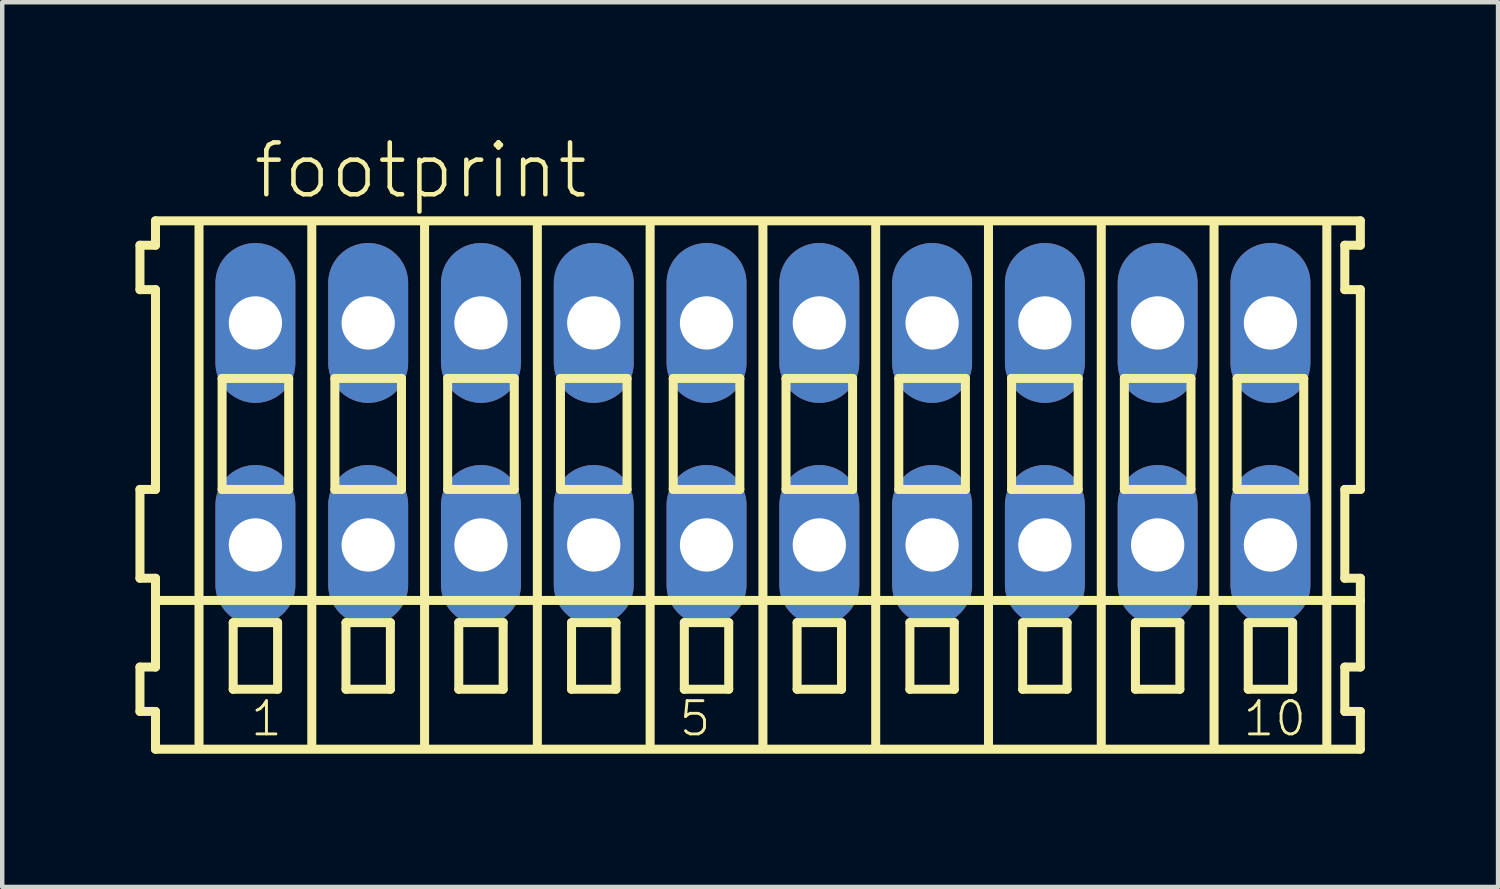
<source format=kicad_pcb>
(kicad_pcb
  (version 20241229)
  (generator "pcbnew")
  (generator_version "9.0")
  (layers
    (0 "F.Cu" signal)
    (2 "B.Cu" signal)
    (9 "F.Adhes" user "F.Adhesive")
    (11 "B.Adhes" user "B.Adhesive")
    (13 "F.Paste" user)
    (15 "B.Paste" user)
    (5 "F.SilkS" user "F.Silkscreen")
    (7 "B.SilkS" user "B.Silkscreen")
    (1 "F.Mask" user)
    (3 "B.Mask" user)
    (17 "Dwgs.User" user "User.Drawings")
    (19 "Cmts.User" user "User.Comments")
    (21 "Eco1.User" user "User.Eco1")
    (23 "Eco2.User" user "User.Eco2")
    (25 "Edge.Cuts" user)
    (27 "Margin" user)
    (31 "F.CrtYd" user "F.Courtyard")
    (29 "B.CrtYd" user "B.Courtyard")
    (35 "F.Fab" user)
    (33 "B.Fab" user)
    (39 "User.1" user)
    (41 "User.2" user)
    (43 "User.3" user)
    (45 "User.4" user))
  (footprint "footprint"
    (layer "F.Cu")
    (at 14.132 6.723)
    (property "Reference" "footprint" (at -11.53 -5.25 0) (layer "F.SilkS") (effects (font (size 1.168 1.168) (thickness 0.102)) (justify left bottom)))
    (fp_line (start -14.03 -4.25) (end -14.03 -3.25) (stroke (width 0.203) (type solid)) (layer "F.SilkS"))
    (fp_line (start -14.03 -3.25) (end -13.68 -3.25) (stroke (width 0.203) (type solid)) (layer "F.SilkS"))
    (fp_line (start -14.03 1.25) (end -14.03 3.25) (stroke (width 0.203) (type solid)) (layer "F.SilkS"))
    (fp_line (start -14.03 3.25) (end -13.68 3.25) (stroke (width 0.203) (type solid)) (layer "F.SilkS"))
    (fp_line (start -14.03 5.25) (end -14.03 6.25) (stroke (width 0.203) (type solid)) (layer "F.SilkS"))
    (fp_line (start -14.03 6.25) (end -13.68 6.25) (stroke (width 0.203) (type solid)) (layer "F.SilkS"))
    (fp_line (start -13.68 -4.8) (end -13.68 -4.25) (stroke (width 0.203) (type solid)) (layer "F.SilkS"))
    (fp_line (start -13.68 -4.25) (end -14.03 -4.25) (stroke (width 0.203) (type solid)) (layer "F.SilkS"))
    (fp_line (start -13.68 -3.25) (end -13.68 1.25) (stroke (width 0.203) (type solid)) (layer "F.SilkS"))
    (fp_line (start -13.68 1.25) (end -14.03 1.25) (stroke (width 0.203) (type solid)) (layer "F.SilkS"))
    (fp_line (start -13.68 3.25) (end -13.68 5.25) (stroke (width 0.203) (type solid)) (layer "F.SilkS"))
    (fp_line (start -13.68 3.75) (end 13.455 3.75) (stroke (width 0.203) (type solid)) (layer "F.SilkS"))
    (fp_line (start -13.68 5.25) (end -14.03 5.25) (stroke (width 0.203) (type solid)) (layer "F.SilkS"))
    (fp_line (start -13.68 6.25) (end -13.68 7.1) (stroke (width 0.203) (type solid)) (layer "F.SilkS"))
    (fp_line (start -13.68 7.1) (end 13.455 7.1) (stroke (width 0.203) (type solid)) (layer "F.SilkS"))
    (fp_line (start -12.7 6.985) (end -12.7 -4.699) (stroke (width 0.203) (type solid)) (layer "F.SilkS"))
    (fp_line (start -12.18 -1.25) (end -12.18 1.25) (stroke (width 0.203) (type solid)) (layer "F.SilkS"))
    (fp_line (start -12.18 1.25) (end -10.68 1.25) (stroke (width 0.203) (type solid)) (layer "F.SilkS"))
    (fp_line (start -11.93 4.25) (end -11.93 5.75) (stroke (width 0.203) (type solid)) (layer "F.SilkS"))
    (fp_line (start -11.93 5.75) (end -10.93 5.75) (stroke (width 0.203) (type solid)) (layer "F.SilkS"))
    (fp_line (start -10.93 4.25) (end -11.93 4.25) (stroke (width 0.203) (type solid)) (layer "F.SilkS"))
    (fp_line (start -10.93 5.75) (end -10.93 4.25) (stroke (width 0.203) (type solid)) (layer "F.SilkS"))
    (fp_line (start -10.68 -1.25) (end -12.18 -1.25) (stroke (width 0.203) (type solid)) (layer "F.SilkS"))
    (fp_line (start -10.68 1.25) (end -10.68 -1.25) (stroke (width 0.203) (type solid)) (layer "F.SilkS"))
    (fp_line (start -10.16 6.985) (end -10.16 -4.699) (stroke (width 0.203) (type solid)) (layer "F.SilkS"))
    (fp_line (start -9.64 -1.25) (end -9.64 1.25) (stroke (width 0.203) (type solid)) (layer "F.SilkS"))
    (fp_line (start -9.64 1.25) (end -8.14 1.25) (stroke (width 0.203) (type solid)) (layer "F.SilkS"))
    (fp_line (start -9.39 4.25) (end -9.39 5.75) (stroke (width 0.203) (type solid)) (layer "F.SilkS"))
    (fp_line (start -9.39 5.75) (end -8.39 5.75) (stroke (width 0.203) (type solid)) (layer "F.SilkS"))
    (fp_line (start -8.39 4.25) (end -9.39 4.25) (stroke (width 0.203) (type solid)) (layer "F.SilkS"))
    (fp_line (start -8.39 5.75) (end -8.39 4.25) (stroke (width 0.203) (type solid)) (layer "F.SilkS"))
    (fp_line (start -8.14 -1.25) (end -9.64 -1.25) (stroke (width 0.203) (type solid)) (layer "F.SilkS"))
    (fp_line (start -8.14 1.25) (end -8.14 -1.25) (stroke (width 0.203) (type solid)) (layer "F.SilkS"))
    (fp_line (start -7.62 6.985) (end -7.62 -4.699) (stroke (width 0.203) (type solid)) (layer "F.SilkS"))
    (fp_line (start -7.1 -1.25) (end -7.1 1.25) (stroke (width 0.203) (type solid)) (layer "F.SilkS"))
    (fp_line (start -7.1 1.25) (end -5.6 1.25) (stroke (width 0.203) (type solid)) (layer "F.SilkS"))
    (fp_line (start -6.85 4.25) (end -6.85 5.75) (stroke (width 0.203) (type solid)) (layer "F.SilkS"))
    (fp_line (start -6.85 5.75) (end -5.85 5.75) (stroke (width 0.203) (type solid)) (layer "F.SilkS"))
    (fp_line (start -5.85 4.25) (end -6.85 4.25) (stroke (width 0.203) (type solid)) (layer "F.SilkS"))
    (fp_line (start -5.85 5.75) (end -5.85 4.25) (stroke (width 0.203) (type solid)) (layer "F.SilkS"))
    (fp_line (start -5.6 -1.25) (end -7.1 -1.25) (stroke (width 0.203) (type solid)) (layer "F.SilkS"))
    (fp_line (start -5.6 1.25) (end -5.6 -1.25) (stroke (width 0.203) (type solid)) (layer "F.SilkS"))
    (fp_line (start -5.08 6.985) (end -5.08 -4.699) (stroke (width 0.203) (type solid)) (layer "F.SilkS"))
    (fp_line (start -4.56 -1.25) (end -4.56 1.25) (stroke (width 0.203) (type solid)) (layer "F.SilkS"))
    (fp_line (start -4.56 1.25) (end -3.06 1.25) (stroke (width 0.203) (type solid)) (layer "F.SilkS"))
    (fp_line (start -4.31 4.25) (end -4.31 5.75) (stroke (width 0.203) (type solid)) (layer "F.SilkS"))
    (fp_line (start -4.31 5.75) (end -3.31 5.75) (stroke (width 0.203) (type solid)) (layer "F.SilkS"))
    (fp_line (start -3.31 4.25) (end -4.31 4.25) (stroke (width 0.203) (type solid)) (layer "F.SilkS"))
    (fp_line (start -3.31 5.75) (end -3.31 4.25) (stroke (width 0.203) (type solid)) (layer "F.SilkS"))
    (fp_line (start -3.06 -1.25) (end -4.56 -1.25) (stroke (width 0.203) (type solid)) (layer "F.SilkS"))
    (fp_line (start -3.06 1.25) (end -3.06 -1.25) (stroke (width 0.203) (type solid)) (layer "F.SilkS"))
    (fp_line (start -2.54 6.985) (end -2.54 -4.699) (stroke (width 0.203) (type solid)) (layer "F.SilkS"))
    (fp_line (start -2.02 -1.25) (end -2.02 1.25) (stroke (width 0.203) (type solid)) (layer "F.SilkS"))
    (fp_line (start -2.02 1.25) (end -0.52 1.25) (stroke (width 0.203) (type solid)) (layer "F.SilkS"))
    (fp_line (start -1.77 4.25) (end -1.77 5.75) (stroke (width 0.203) (type solid)) (layer "F.SilkS"))
    (fp_line (start -1.77 5.75) (end -0.77 5.75) (stroke (width 0.203) (type solid)) (layer "F.SilkS"))
    (fp_line (start -0.77 4.25) (end -1.77 4.25) (stroke (width 0.203) (type solid)) (layer "F.SilkS"))
    (fp_line (start -0.77 5.75) (end -0.77 4.25) (stroke (width 0.203) (type solid)) (layer "F.SilkS"))
    (fp_line (start -0.52 -1.25) (end -2.02 -1.25) (stroke (width 0.203) (type solid)) (layer "F.SilkS"))
    (fp_line (start -0.52 1.25) (end -0.52 -1.25) (stroke (width 0.203) (type solid)) (layer "F.SilkS"))
    (fp_line (start 0 6.985) (end 0 -4.699) (stroke (width 0.203) (type solid)) (layer "F.SilkS"))
    (fp_line (start 0.52 -1.25) (end 0.52 1.25) (stroke (width 0.203) (type solid)) (layer "F.SilkS"))
    (fp_line (start 0.52 1.25) (end 2.02 1.25) (stroke (width 0.203) (type solid)) (layer "F.SilkS"))
    (fp_line (start 0.77 4.25) (end 0.77 5.75) (stroke (width 0.203) (type solid)) (layer "F.SilkS"))
    (fp_line (start 0.77 5.75) (end 1.77 5.75) (stroke (width 0.203) (type solid)) (layer "F.SilkS"))
    (fp_line (start 1.77 4.25) (end 0.77 4.25) (stroke (width 0.203) (type solid)) (layer "F.SilkS"))
    (fp_line (start 1.77 5.75) (end 1.77 4.25) (stroke (width 0.203) (type solid)) (layer "F.SilkS"))
    (fp_line (start 2.02 -1.25) (end 0.52 -1.25) (stroke (width 0.203) (type solid)) (layer "F.SilkS"))
    (fp_line (start 2.02 1.25) (end 2.02 -1.25) (stroke (width 0.203) (type solid)) (layer "F.SilkS"))
    (fp_line (start 2.54 6.985) (end 2.54 -4.699) (stroke (width 0.203) (type solid)) (layer "F.SilkS"))
    (fp_line (start 3.06 -1.25) (end 3.06 1.25) (stroke (width 0.203) (type solid)) (layer "F.SilkS"))
    (fp_line (start 3.06 1.25) (end 4.56 1.25) (stroke (width 0.203) (type solid)) (layer "F.SilkS"))
    (fp_line (start 3.31 4.25) (end 3.31 5.75) (stroke (width 0.203) (type solid)) (layer "F.SilkS"))
    (fp_line (start 3.31 5.75) (end 4.31 5.75) (stroke (width 0.203) (type solid)) (layer "F.SilkS"))
    (fp_line (start 4.31 4.25) (end 3.31 4.25) (stroke (width 0.203) (type solid)) (layer "F.SilkS"))
    (fp_line (start 4.31 5.75) (end 4.31 4.25) (stroke (width 0.203) (type solid)) (layer "F.SilkS"))
    (fp_line (start 4.56 -1.25) (end 3.06 -1.25) (stroke (width 0.203) (type solid)) (layer "F.SilkS"))
    (fp_line (start 4.56 1.25) (end 4.56 -1.25) (stroke (width 0.203) (type solid)) (layer "F.SilkS"))
    (fp_line (start 5.08 6.985) (end 5.08 -4.699) (stroke (width 0.203) (type solid)) (layer "F.SilkS"))
    (fp_line (start 5.6 -1.25) (end 5.6 1.25) (stroke (width 0.203) (type solid)) (layer "F.SilkS"))
    (fp_line (start 5.6 1.25) (end 7.1 1.25) (stroke (width 0.203) (type solid)) (layer "F.SilkS"))
    (fp_line (start 5.85 4.25) (end 5.85 5.75) (stroke (width 0.203) (type solid)) (layer "F.SilkS"))
    (fp_line (start 5.85 5.75) (end 6.85 5.75) (stroke (width 0.203) (type solid)) (layer "F.SilkS"))
    (fp_line (start 6.85 4.25) (end 5.85 4.25) (stroke (width 0.203) (type solid)) (layer "F.SilkS"))
    (fp_line (start 6.85 5.75) (end 6.85 4.25) (stroke (width 0.203) (type solid)) (layer "F.SilkS"))
    (fp_line (start 7.1 -1.25) (end 5.6 -1.25) (stroke (width 0.203) (type solid)) (layer "F.SilkS"))
    (fp_line (start 7.1 1.25) (end 7.1 -1.25) (stroke (width 0.203) (type solid)) (layer "F.SilkS"))
    (fp_line (start 7.62 6.985) (end 7.62 -4.699) (stroke (width 0.203) (type solid)) (layer "F.SilkS"))
    (fp_line (start 8.14 -1.25) (end 8.14 1.25) (stroke (width 0.203) (type solid)) (layer "F.SilkS"))
    (fp_line (start 8.14 1.25) (end 9.64 1.25) (stroke (width 0.203) (type solid)) (layer "F.SilkS"))
    (fp_line (start 8.39 4.25) (end 8.39 5.75) (stroke (width 0.203) (type solid)) (layer "F.SilkS"))
    (fp_line (start 8.39 5.75) (end 9.39 5.75) (stroke (width 0.203) (type solid)) (layer "F.SilkS"))
    (fp_line (start 9.39 4.25) (end 8.39 4.25) (stroke (width 0.203) (type solid)) (layer "F.SilkS"))
    (fp_line (start 9.39 5.75) (end 9.39 4.25) (stroke (width 0.203) (type solid)) (layer "F.SilkS"))
    (fp_line (start 9.64 -1.25) (end 8.14 -1.25) (stroke (width 0.203) (type solid)) (layer "F.SilkS"))
    (fp_line (start 9.64 1.25) (end 9.64 -1.25) (stroke (width 0.203) (type solid)) (layer "F.SilkS"))
    (fp_line (start 10.16 6.985) (end 10.16 -4.699) (stroke (width 0.203) (type solid)) (layer "F.SilkS"))
    (fp_line (start 10.68 -1.25) (end 10.68 1.25) (stroke (width 0.203) (type solid)) (layer "F.SilkS"))
    (fp_line (start 10.68 1.25) (end 12.18 1.25) (stroke (width 0.203) (type solid)) (layer "F.SilkS"))
    (fp_line (start 10.93 4.25) (end 10.93 5.75) (stroke (width 0.203) (type solid)) (layer "F.SilkS"))
    (fp_line (start 10.93 5.75) (end 11.93 5.75) (stroke (width 0.203) (type solid)) (layer "F.SilkS"))
    (fp_line (start 11.93 4.25) (end 10.93 4.25) (stroke (width 0.203) (type solid)) (layer "F.SilkS"))
    (fp_line (start 11.93 5.75) (end 11.93 4.25) (stroke (width 0.203) (type solid)) (layer "F.SilkS"))
    (fp_line (start 12.18 -1.25) (end 10.68 -1.25) (stroke (width 0.203) (type solid)) (layer "F.SilkS"))
    (fp_line (start 12.18 1.25) (end 12.18 -1.25) (stroke (width 0.203) (type solid)) (layer "F.SilkS"))
    (fp_line (start 12.7 6.985) (end 12.7 -4.699) (stroke (width 0.203) (type solid)) (layer "F.SilkS"))
    (fp_line (start 13.105 -4.25) (end 13.105 -3.25) (stroke (width 0.203) (type solid)) (layer "F.SilkS"))
    (fp_line (start 13.105 -3.25) (end 13.455 -3.25) (stroke (width 0.203) (type solid)) (layer "F.SilkS"))
    (fp_line (start 13.105 1.25) (end 13.105 3.25) (stroke (width 0.203) (type solid)) (layer "F.SilkS"))
    (fp_line (start 13.105 3.25) (end 13.455 3.25) (stroke (width 0.203) (type solid)) (layer "F.SilkS"))
    (fp_line (start 13.105 5.25) (end 13.105 6.25) (stroke (width 0.203) (type solid)) (layer "F.SilkS"))
    (fp_line (start 13.105 6.25) (end 13.455 6.25) (stroke (width 0.203) (type solid)) (layer "F.SilkS"))
    (fp_line (start 13.455 -4.8) (end -13.68 -4.8) (stroke (width 0.203) (type solid)) (layer "F.SilkS"))
    (fp_line (start 13.455 -4.25) (end 13.105 -4.25) (stroke (width 0.203) (type solid)) (layer "F.SilkS"))
    (fp_line (start 13.455 -4.25) (end 13.455 -4.8) (stroke (width 0.203) (type solid)) (layer "F.SilkS"))
    (fp_line (start 13.455 1.25) (end 13.105 1.25) (stroke (width 0.203) (type solid)) (layer "F.SilkS"))
    (fp_line (start 13.455 1.25) (end 13.455 -3.25) (stroke (width 0.203) (type solid)) (layer "F.SilkS"))
    (fp_line (start 13.455 3.75) (end 13.455 3.25) (stroke (width 0.203) (type solid)) (layer "F.SilkS"))
    (fp_line (start 13.455 5.25) (end 13.105 5.25) (stroke (width 0.203) (type solid)) (layer "F.SilkS"))
    (fp_line (start 13.455 5.25) (end 13.455 3.75) (stroke (width 0.203) (type solid)) (layer "F.SilkS"))
    (fp_line (start 13.455 7.1) (end 13.455 6.25) (stroke (width 0.203) (type solid)) (layer "F.SilkS"))
    (fp_text user "1" (at -11.58 6.85 0) (layer "F.SilkS") (effects (font (size 0.748 0.748) (thickness 0.065)) (justify left bottom)))
    (fp_text user "5" (at -1.928 6.85 0) (layer "F.SilkS") (effects (font (size 0.748 0.748) (thickness 0.065)) (justify left bottom)))
    (fp_text user "10" (at 10.772 6.85 0) (layer "F.SilkS") (effects (font (size 0.748 0.748) (thickness 0.065)) (justify left bottom)))
    (pad "A1" thru_hole oval (at -11.43 -2.5 90) (size 3.6 1.8) (drill 1.2) (layers "*.Cu" "*.Mask"))
    (pad "A2" thru_hole oval (at -8.89 -2.5 90) (size 3.6 1.8) (drill 1.2) (layers "*.Cu" "*.Mask"))
    (pad "A3" thru_hole oval (at -6.35 -2.5 90) (size 3.6 1.8) (drill 1.2) (layers "*.Cu" "*.Mask"))
    (pad "A4" thru_hole oval (at -3.81 -2.5 90) (size 3.6 1.8) (drill 1.2) (layers "*.Cu" "*.Mask"))
    (pad "A5" thru_hole oval (at -1.27 -2.5 90) (size 3.6 1.8) (drill 1.2) (layers "*.Cu" "*.Mask"))
    (pad "A6" thru_hole oval (at 1.27 -2.5 90) (size 3.6 1.8) (drill 1.2) (layers "*.Cu" "*.Mask"))
    (pad "A7" thru_hole oval (at 3.81 -2.5 90) (size 3.6 1.8) (drill 1.2) (layers "*.Cu" "*.Mask"))
    (pad "A8" thru_hole oval (at 6.35 -2.5 90) (size 3.6 1.8) (drill 1.2) (layers "*.Cu" "*.Mask"))
    (pad "A9" thru_hole oval (at 8.89 -2.5 90) (size 3.6 1.8) (drill 1.2) (layers "*.Cu" "*.Mask"))
    (pad "A10" thru_hole oval (at 11.43 -2.5 90) (size 3.6 1.8) (drill 1.2) (layers "*.Cu" "*.Mask"))
    (pad "B1" thru_hole oval (at -11.43 2.5 90) (size 3.6 1.8) (drill 1.2) (layers "*.Cu" "*.Mask"))
    (pad "B2" thru_hole oval (at -8.89 2.5 90) (size 3.6 1.8) (drill 1.2) (layers "*.Cu" "*.Mask"))
    (pad "B3" thru_hole oval (at -6.35 2.5 90) (size 3.6 1.8) (drill 1.2) (layers "*.Cu" "*.Mask"))
    (pad "B4" thru_hole oval (at -3.81 2.5 90) (size 3.6 1.8) (drill 1.2) (layers "*.Cu" "*.Mask"))
    (pad "B5" thru_hole oval (at -1.27 2.5 90) (size 3.6 1.8) (drill 1.2) (layers "*.Cu" "*.Mask"))
    (pad "B6" thru_hole oval (at 1.27 2.5 90) (size 3.6 1.8) (drill 1.2) (layers "*.Cu" "*.Mask"))
    (pad "B7" thru_hole oval (at 3.81 2.5 90) (size 3.6 1.8) (drill 1.2) (layers "*.Cu" "*.Mask"))
    (pad "B8" thru_hole oval (at 6.35 2.5 90) (size 3.6 1.8) (drill 1.2) (layers "*.Cu" "*.Mask"))
    (pad "B9" thru_hole oval (at 8.89 2.5 90) (size 3.6 1.8) (drill 1.2) (layers "*.Cu" "*.Mask"))
    (pad "B10" thru_hole oval (at 11.43 2.5 90) (size 3.6 1.8) (drill 1.2) (layers "*.Cu" "*.Mask")))
  (gr_rect
    (start -3 -3)
    (end 30.688 16.925)
    (stroke (width 0.1) (type default))
    (fill no)
    (layer "Edge.Cuts")))
</source>
